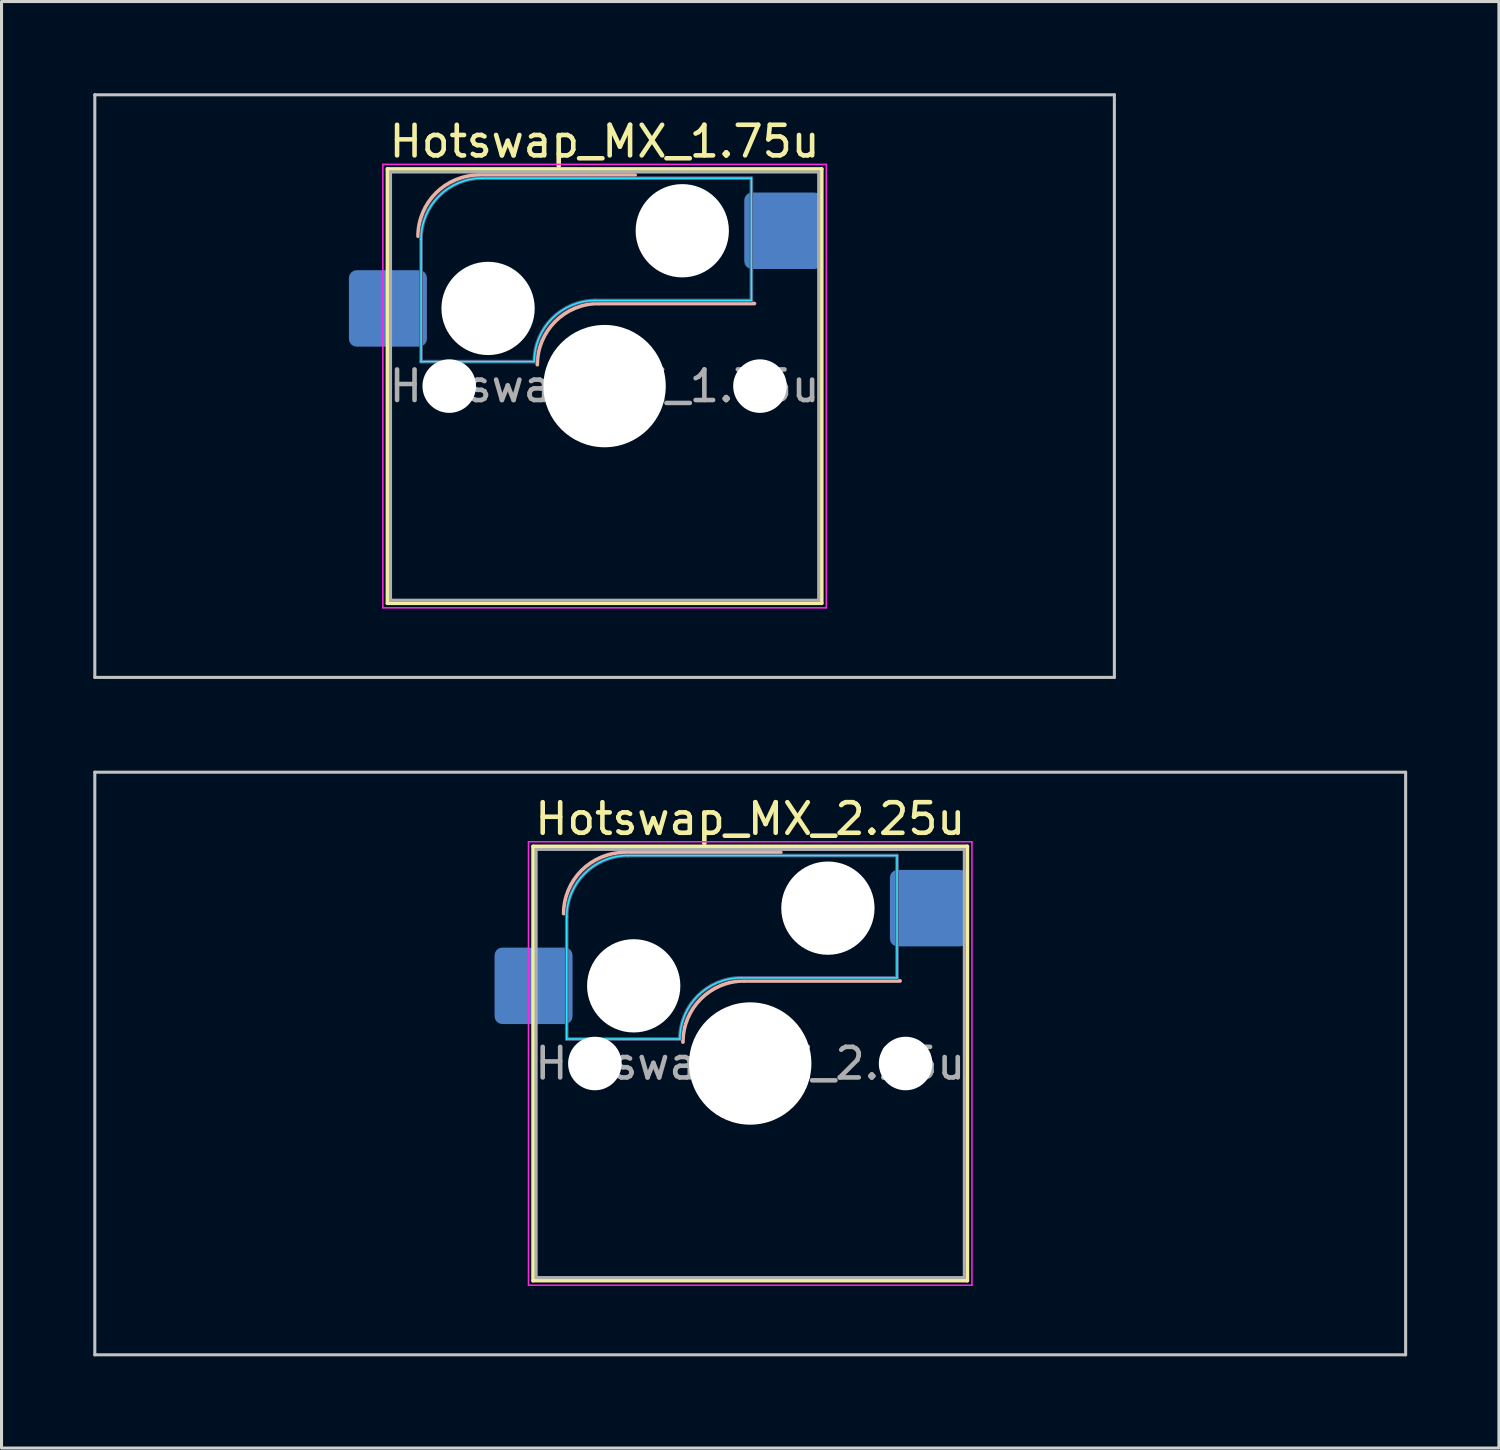
<source format=kicad_pcb>
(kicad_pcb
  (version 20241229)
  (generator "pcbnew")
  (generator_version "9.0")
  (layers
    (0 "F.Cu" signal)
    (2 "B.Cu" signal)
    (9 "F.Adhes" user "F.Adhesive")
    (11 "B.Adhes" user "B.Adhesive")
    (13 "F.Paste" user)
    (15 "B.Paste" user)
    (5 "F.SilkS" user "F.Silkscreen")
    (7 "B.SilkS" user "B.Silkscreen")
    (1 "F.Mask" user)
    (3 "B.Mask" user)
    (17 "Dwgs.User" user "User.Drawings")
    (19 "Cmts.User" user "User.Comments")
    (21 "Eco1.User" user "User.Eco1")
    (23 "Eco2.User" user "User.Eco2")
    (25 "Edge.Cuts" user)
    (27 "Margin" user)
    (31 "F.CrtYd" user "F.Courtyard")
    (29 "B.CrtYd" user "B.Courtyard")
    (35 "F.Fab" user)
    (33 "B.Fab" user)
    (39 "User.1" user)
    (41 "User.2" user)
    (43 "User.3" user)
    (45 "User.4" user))
  (footprint "Hotswap_MX_1.75u"
    (layer "F.Cu")
    (at 16.719 9.575)
    (property "Reference" "Hotswap_MX_1.75u" (at 0 -8 0) (layer "F.SilkS") (effects (font (size 1 1) (thickness 0.15))))
    (attr smd)
    (fp_line (start -7.1 -7.1) (end -7.1 7.1) (stroke (width 0.12) (type solid)) (layer "F.SilkS"))
    (fp_line (start -7.1 7.1) (end 7.1 7.1) (stroke (width 0.12) (type solid)) (layer "F.SilkS"))
    (fp_line (start 7.1 -7.1) (end -7.1 -7.1) (stroke (width 0.12) (type solid)) (layer "F.SilkS"))
    (fp_line (start 7.1 7.1) (end 7.1 -7.1) (stroke (width 0.12) (type solid)) (layer "F.SilkS"))
    (fp_line (start -4.1 -6.9) (end 1 -6.9) (stroke (width 0.12) (type solid)) (layer "B.SilkS"))
    (fp_line (start -0.2 -2.7) (end 4.9 -2.7) (stroke (width 0.12) (type solid)) (layer "B.SilkS"))
    (fp_arc (start -6.1 -4.9) (mid -5.514214 -6.314214) (end -4.1 -6.9) (stroke (width 0.12) (type solid)) (layer "B.SilkS"))
    (fp_arc (start -2.2 -0.7) (mid -1.614214 -2.114214) (end -0.2 -2.7) (stroke (width 0.12) (type solid)) (layer "B.SilkS"))
    (fp_line (start -16.669 -9.525) (end -16.669 9.525) (stroke (width 0.1) (type solid)) (layer "Dwgs.User"))
    (fp_line (start -16.669 9.525) (end 16.669 9.525) (stroke (width 0.1) (type solid)) (layer "Dwgs.User"))
    (fp_line (start 16.669 -9.525) (end -16.669 -9.525) (stroke (width 0.1) (type solid)) (layer "Dwgs.User"))
    (fp_line (start 16.669 9.525) (end 16.669 -9.525) (stroke (width 0.1) (type solid)) (layer "Dwgs.User"))
    (fp_line (start -7.8 -6) (end -7 -6) (stroke (width 0.1) (type solid)) (layer "Eco1.User"))
    (fp_line (start -7.8 -2.9) (end -7.8 -6) (stroke (width 0.1) (type solid)) (layer "Eco1.User"))
    (fp_line (start -7.8 2.9) (end -7 2.9) (stroke (width 0.1) (type solid)) (layer "Eco1.User"))
    (fp_line (start -7.8 6) (end -7.8 2.9) (stroke (width 0.1) (type solid)) (layer "Eco1.User"))
    (fp_line (start -7 -7) (end 7 -7) (stroke (width 0.1) (type solid)) (layer "Eco1.User"))
    (fp_line (start -7 -6) (end -7 -7) (stroke (width 0.1) (type solid)) (layer "Eco1.User"))
    (fp_line (start -7 -2.9) (end -7.8 -2.9) (stroke (width 0.1) (type solid)) (layer "Eco1.User"))
    (fp_line (start -7 2.9) (end -7 -2.9) (stroke (width 0.1) (type solid)) (layer "Eco1.User"))
    (fp_line (start -7 6) (end -7.8 6) (stroke (width 0.1) (type solid)) (layer "Eco1.User"))
    (fp_line (start -7 7) (end -7 6) (stroke (width 0.1) (type solid)) (layer "Eco1.User"))
    (fp_line (start 7 -7) (end 7 -6) (stroke (width 0.1) (type solid)) (layer "Eco1.User"))
    (fp_line (start 7 -6) (end 7.8 -6) (stroke (width 0.1) (type solid)) (layer "Eco1.User"))
    (fp_line (start 7 -2.9) (end 7 2.9) (stroke (width 0.1) (type solid)) (layer "Eco1.User"))
    (fp_line (start 7 2.9) (end 7.8 2.9) (stroke (width 0.1) (type solid)) (layer "Eco1.User"))
    (fp_line (start 7 6) (end 7 7) (stroke (width 0.1) (type solid)) (layer "Eco1.User"))
    (fp_line (start 7 7) (end -7 7) (stroke (width 0.1) (type solid)) (layer "Eco1.User"))
    (fp_line (start 7.8 -6) (end 7.8 -2.9) (stroke (width 0.1) (type solid)) (layer "Eco1.User"))
    (fp_line (start 7.8 -2.9) (end 7 -2.9) (stroke (width 0.1) (type solid)) (layer "Eco1.User"))
    (fp_line (start 7.8 2.9) (end 7.8 6) (stroke (width 0.1) (type solid)) (layer "Eco1.User"))
    (fp_line (start 7.8 6) (end 7 6) (stroke (width 0.1) (type solid)) (layer "Eco1.User"))
    (fp_line (start -6 -0.8) (end -6 -4.8) (stroke (width 0.05) (type solid)) (layer "B.CrtYd"))
    (fp_line (start -6 -0.8) (end -2.3 -0.8) (stroke (width 0.05) (type solid)) (layer "B.CrtYd"))
    (fp_line (start -4 -6.8) (end 4.8 -6.8) (stroke (width 0.05) (type solid)) (layer "B.CrtYd"))
    (fp_line (start -0.3 -2.8) (end 4.8 -2.8) (stroke (width 0.05) (type solid)) (layer "B.CrtYd"))
    (fp_line (start 4.8 -6.8) (end 4.8 -2.8) (stroke (width 0.05) (type solid)) (layer "B.CrtYd"))
    (fp_arc (start -6 -4.8) (mid -5.414214 -6.214214) (end -4 -6.8) (stroke (width 0.05) (type solid)) (layer "B.CrtYd"))
    (fp_arc (start -2.3 -0.8) (mid -1.714214 -2.214214) (end -0.3 -2.8) (stroke (width 0.05) (type solid)) (layer "B.CrtYd"))
    (fp_line (start -7.25 -7.25) (end -7.25 7.25) (stroke (width 0.05) (type solid)) (layer "F.CrtYd"))
    (fp_line (start -7.25 7.25) (end 7.25 7.25) (stroke (width 0.05) (type solid)) (layer "F.CrtYd"))
    (fp_line (start 7.25 -7.25) (end -7.25 -7.25) (stroke (width 0.05) (type solid)) (layer "F.CrtYd"))
    (fp_line (start 7.25 7.25) (end 7.25 -7.25) (stroke (width 0.05) (type solid)) (layer "F.CrtYd"))
    (fp_line (start -6 -0.8) (end -6 -4.8) (stroke (width 0.12) (type solid)) (layer "B.Fab"))
    (fp_line (start -6 -0.8) (end -2.3 -0.8) (stroke (width 0.12) (type solid)) (layer "B.Fab"))
    (fp_line (start -4 -6.8) (end 4.8 -6.8) (stroke (width 0.12) (type solid)) (layer "B.Fab"))
    (fp_line (start -0.3 -2.8) (end 4.8 -2.8) (stroke (width 0.12) (type solid)) (layer "B.Fab"))
    (fp_line (start 4.8 -6.8) (end 4.8 -2.8) (stroke (width 0.12) (type solid)) (layer "B.Fab"))
    (fp_arc (start -6 -4.8) (mid -5.414214 -6.214214) (end -4 -6.8) (stroke (width 0.12) (type solid)) (layer "B.Fab"))
    (fp_arc (start -2.3 -0.8) (mid -1.714214 -2.214214) (end -0.3 -2.8) (stroke (width 0.12) (type solid)) (layer "B.Fab"))
    (fp_line (start -7 -7) (end -7 7) (stroke (width 0.1) (type solid)) (layer "F.Fab"))
    (fp_line (start -7 7) (end 7 7) (stroke (width 0.1) (type solid)) (layer "F.Fab"))
    (fp_line (start 7 -7) (end -7 -7) (stroke (width 0.1) (type solid)) (layer "F.Fab"))
    (fp_line (start 7 7) (end 7 -7) (stroke (width 0.1) (type solid)) (layer "F.Fab"))
    (fp_text user "${REFERENCE}" (at 0 0 0) (layer "F.Fab") (effects (font (size 1 1) (thickness 0.15))))
    (pad "" np_thru_hole circle (at -5.08 0) (size 1.75 1.75) (drill 1.75) (layers "*.Cu" "*.Mask"))
    (pad "" np_thru_hole circle (at -3.81 -2.54) (size 3.05 3.05) (drill 3.05) (layers "*.Cu" "*.Mask"))
    (pad "" np_thru_hole circle (at 0 0) (size 4 4) (drill 4) (layers "*.Cu" "*.Mask"))
    (pad "" np_thru_hole circle (at 2.54 -5.08) (size 3.05 3.05) (drill 3.05) (layers "*.Cu" "*.Mask"))
    (pad "" np_thru_hole circle (at 5.08 0) (size 1.75 1.75) (drill 1.75) (layers "*.Cu" "*.Mask"))
    (pad "1" smd roundrect (at -7.085 -2.54) (size 2.55 2.5) (layers "B.Cu" "B.Mask" "B.Paste") (roundrect_rratio 0.1))
    (pad "2" smd roundrect (at 5.842 -5.08) (size 2.55 2.5) (layers "B.Cu" "B.Mask" "B.Paste") (roundrect_rratio 0.1)))
  (footprint "Hotswap_MX_2.25u"
    (layer "F.Cu")
    (at 21.481 31.725)
    (property "Reference" "Hotswap_MX_2.25u" (at 0 -8 0) (layer "F.SilkS") (effects (font (size 1 1) (thickness 0.15))))
    (attr smd)
    (fp_line (start -7.1 -7.1) (end -7.1 7.1) (stroke (width 0.12) (type solid)) (layer "F.SilkS"))
    (fp_line (start -7.1 7.1) (end 7.1 7.1) (stroke (width 0.12) (type solid)) (layer "F.SilkS"))
    (fp_line (start 7.1 -7.1) (end -7.1 -7.1) (stroke (width 0.12) (type solid)) (layer "F.SilkS"))
    (fp_line (start 7.1 7.1) (end 7.1 -7.1) (stroke (width 0.12) (type solid)) (layer "F.SilkS"))
    (fp_line (start -4.1 -6.9) (end 1 -6.9) (stroke (width 0.12) (type solid)) (layer "B.SilkS"))
    (fp_line (start -0.2 -2.7) (end 4.9 -2.7) (stroke (width 0.12) (type solid)) (layer "B.SilkS"))
    (fp_arc (start -6.1 -4.9) (mid -5.514214 -6.314214) (end -4.1 -6.9) (stroke (width 0.12) (type solid)) (layer "B.SilkS"))
    (fp_arc (start -2.2 -0.7) (mid -1.614214 -2.114214) (end -0.2 -2.7) (stroke (width 0.12) (type solid)) (layer "B.SilkS"))
    (fp_line (start -21.431 -9.525) (end -21.431 9.525) (stroke (width 0.1) (type solid)) (layer "Dwgs.User"))
    (fp_line (start -21.431 9.525) (end 21.431 9.525) (stroke (width 0.1) (type solid)) (layer "Dwgs.User"))
    (fp_line (start 21.431 -9.525) (end -21.431 -9.525) (stroke (width 0.1) (type solid)) (layer "Dwgs.User"))
    (fp_line (start 21.431 9.525) (end 21.431 -9.525) (stroke (width 0.1) (type solid)) (layer "Dwgs.User"))
    (fp_line (start -7.8 -6) (end -7 -6) (stroke (width 0.1) (type solid)) (layer "Eco1.User"))
    (fp_line (start -7.8 -2.9) (end -7.8 -6) (stroke (width 0.1) (type solid)) (layer "Eco1.User"))
    (fp_line (start -7.8 2.9) (end -7 2.9) (stroke (width 0.1) (type solid)) (layer "Eco1.User"))
    (fp_line (start -7.8 6) (end -7.8 2.9) (stroke (width 0.1) (type solid)) (layer "Eco1.User"))
    (fp_line (start -7 -7) (end 7 -7) (stroke (width 0.1) (type solid)) (layer "Eco1.User"))
    (fp_line (start -7 -6) (end -7 -7) (stroke (width 0.1) (type solid)) (layer "Eco1.User"))
    (fp_line (start -7 -2.9) (end -7.8 -2.9) (stroke (width 0.1) (type solid)) (layer "Eco1.User"))
    (fp_line (start -7 2.9) (end -7 -2.9) (stroke (width 0.1) (type solid)) (layer "Eco1.User"))
    (fp_line (start -7 6) (end -7.8 6) (stroke (width 0.1) (type solid)) (layer "Eco1.User"))
    (fp_line (start -7 7) (end -7 6) (stroke (width 0.1) (type solid)) (layer "Eco1.User"))
    (fp_line (start 7 -7) (end 7 -6) (stroke (width 0.1) (type solid)) (layer "Eco1.User"))
    (fp_line (start 7 -6) (end 7.8 -6) (stroke (width 0.1) (type solid)) (layer "Eco1.User"))
    (fp_line (start 7 -2.9) (end 7 2.9) (stroke (width 0.1) (type solid)) (layer "Eco1.User"))
    (fp_line (start 7 2.9) (end 7.8 2.9) (stroke (width 0.1) (type solid)) (layer "Eco1.User"))
    (fp_line (start 7 6) (end 7 7) (stroke (width 0.1) (type solid)) (layer "Eco1.User"))
    (fp_line (start 7 7) (end -7 7) (stroke (width 0.1) (type solid)) (layer "Eco1.User"))
    (fp_line (start 7.8 -6) (end 7.8 -2.9) (stroke (width 0.1) (type solid)) (layer "Eco1.User"))
    (fp_line (start 7.8 -2.9) (end 7 -2.9) (stroke (width 0.1) (type solid)) (layer "Eco1.User"))
    (fp_line (start 7.8 2.9) (end 7.8 6) (stroke (width 0.1) (type solid)) (layer "Eco1.User"))
    (fp_line (start 7.8 6) (end 7 6) (stroke (width 0.1) (type solid)) (layer "Eco1.User"))
    (fp_line (start -6 -0.8) (end -6 -4.8) (stroke (width 0.05) (type solid)) (layer "B.CrtYd"))
    (fp_line (start -6 -0.8) (end -2.3 -0.8) (stroke (width 0.05) (type solid)) (layer "B.CrtYd"))
    (fp_line (start -4 -6.8) (end 4.8 -6.8) (stroke (width 0.05) (type solid)) (layer "B.CrtYd"))
    (fp_line (start -0.3 -2.8) (end 4.8 -2.8) (stroke (width 0.05) (type solid)) (layer "B.CrtYd"))
    (fp_line (start 4.8 -6.8) (end 4.8 -2.8) (stroke (width 0.05) (type solid)) (layer "B.CrtYd"))
    (fp_arc (start -6 -4.8) (mid -5.414214 -6.214214) (end -4 -6.8) (stroke (width 0.05) (type solid)) (layer "B.CrtYd"))
    (fp_arc (start -2.3 -0.8) (mid -1.714214 -2.214214) (end -0.3 -2.8) (stroke (width 0.05) (type solid)) (layer "B.CrtYd"))
    (fp_line (start -7.25 -7.25) (end -7.25 7.25) (stroke (width 0.05) (type solid)) (layer "F.CrtYd"))
    (fp_line (start -7.25 7.25) (end 7.25 7.25) (stroke (width 0.05) (type solid)) (layer "F.CrtYd"))
    (fp_line (start 7.25 -7.25) (end -7.25 -7.25) (stroke (width 0.05) (type solid)) (layer "F.CrtYd"))
    (fp_line (start 7.25 7.25) (end 7.25 -7.25) (stroke (width 0.05) (type solid)) (layer "F.CrtYd"))
    (fp_line (start -6 -0.8) (end -6 -4.8) (stroke (width 0.12) (type solid)) (layer "B.Fab"))
    (fp_line (start -6 -0.8) (end -2.3 -0.8) (stroke (width 0.12) (type solid)) (layer "B.Fab"))
    (fp_line (start -4 -6.8) (end 4.8 -6.8) (stroke (width 0.12) (type solid)) (layer "B.Fab"))
    (fp_line (start -0.3 -2.8) (end 4.8 -2.8) (stroke (width 0.12) (type solid)) (layer "B.Fab"))
    (fp_line (start 4.8 -6.8) (end 4.8 -2.8) (stroke (width 0.12) (type solid)) (layer "B.Fab"))
    (fp_arc (start -6 -4.8) (mid -5.414214 -6.214214) (end -4 -6.8) (stroke (width 0.12) (type solid)) (layer "B.Fab"))
    (fp_arc (start -2.3 -0.8) (mid -1.714214 -2.214214) (end -0.3 -2.8) (stroke (width 0.12) (type solid)) (layer "B.Fab"))
    (fp_line (start -7 -7) (end -7 7) (stroke (width 0.1) (type solid)) (layer "F.Fab"))
    (fp_line (start -7 7) (end 7 7) (stroke (width 0.1) (type solid)) (layer "F.Fab"))
    (fp_line (start 7 -7) (end -7 -7) (stroke (width 0.1) (type solid)) (layer "F.Fab"))
    (fp_line (start 7 7) (end 7 -7) (stroke (width 0.1) (type solid)) (layer "F.Fab"))
    (fp_text user "${REFERENCE}" (at 0 0 0) (layer "F.Fab") (effects (font (size 1 1) (thickness 0.15))))
    (pad "" np_thru_hole circle (at -5.08 0) (size 1.75 1.75) (drill 1.75) (layers "*.Cu" "*.Mask"))
    (pad "" np_thru_hole circle (at -3.81 -2.54) (size 3.05 3.05) (drill 3.05) (layers "*.Cu" "*.Mask"))
    (pad "" np_thru_hole circle (at 0 0) (size 4 4) (drill 4) (layers "*.Cu" "*.Mask"))
    (pad "" np_thru_hole circle (at 2.54 -5.08) (size 3.05 3.05) (drill 3.05) (layers "*.Cu" "*.Mask"))
    (pad "" np_thru_hole circle (at 5.08 0) (size 1.75 1.75) (drill 1.75) (layers "*.Cu" "*.Mask"))
    (pad "1" smd roundrect (at -7.085 -2.54) (size 2.55 2.5) (layers "B.Cu" "B.Mask" "B.Paste") (roundrect_rratio 0.1))
    (pad "2" smd roundrect (at 5.842 -5.08) (size 2.55 2.5) (layers "B.Cu" "B.Mask" "B.Paste") (roundrect_rratio 0.1)))
  (gr_rect
    (start -3 -3)
    (end 45.962 44.3)
    (stroke (width 0.1) (type default))
    (fill no)
    (layer "Edge.Cuts")))
</source>
